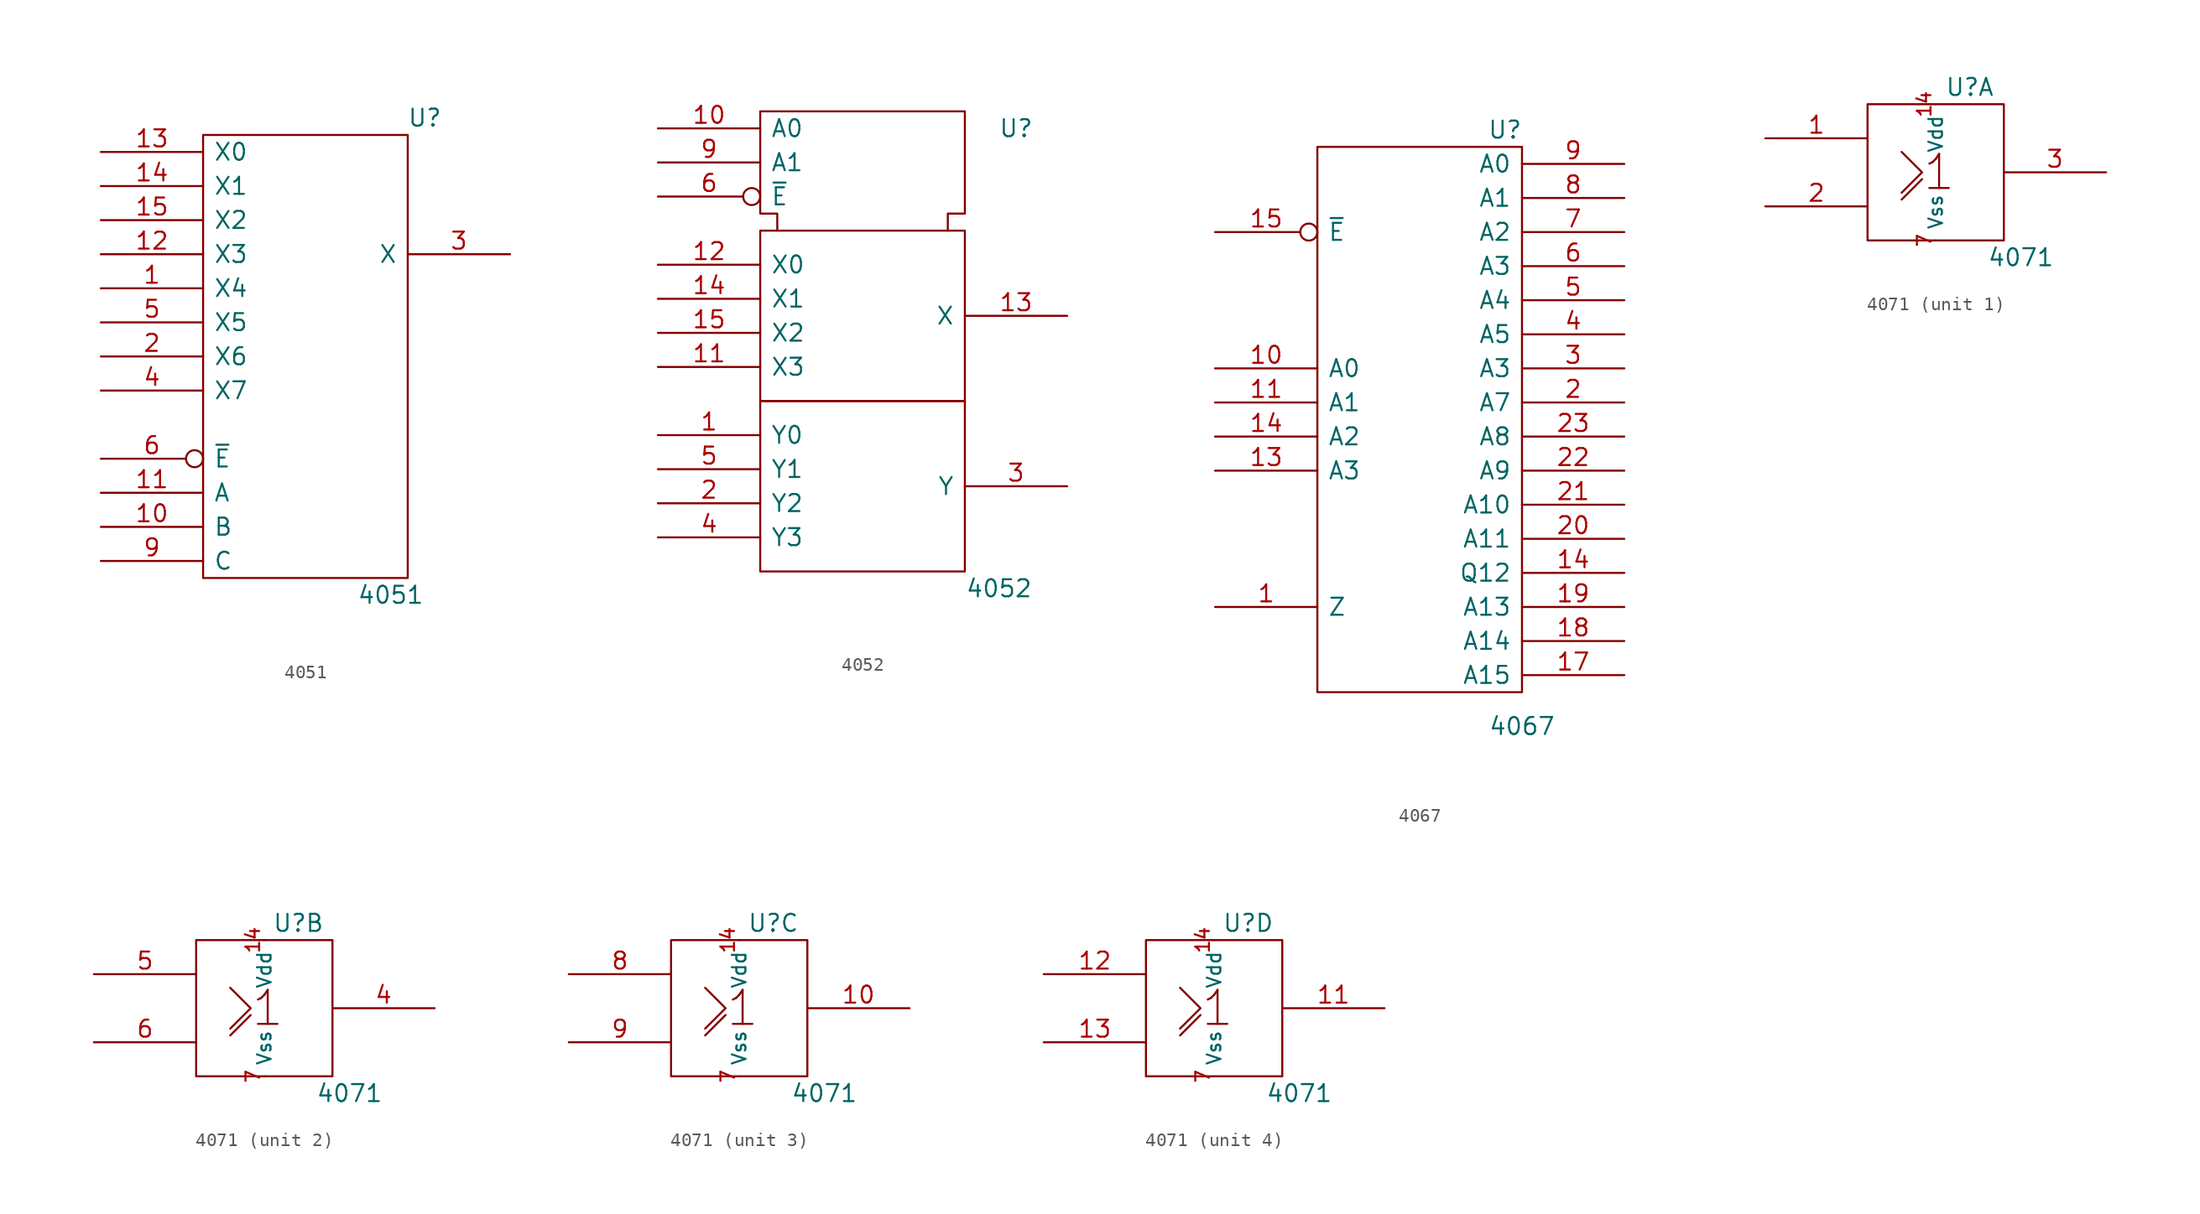
<source format=kicad_sym>
(kicad_symbol_lib
  (version 20211014)
  (generator kicad_symbol_editor)
  (symbol "4051"
    (pin_names
      (offset 0.762))
    (property "Reference" "U"
      (at 8.89 17.78 0)
      (effects (font (size 1.27 1.27))))
    (property "Value" "4051"
      (at 6.35 -17.78 0)
      (effects (font (size 1.27 1.27))))
    (symbol "4051_0_0"
      (pin power_in line (at 0 16.51 270) (length 0) hide (name "Vdd" (effects (font (size 1.27 1.27)))) (number "16" (effects (font (size 1.27 1.27)))))
      (pin power_in line (at 0 -16.51 90) (length 0) hide (name "Vss" (effects (font (size 1.27 1.27)))) (number "8" (effects (font (size 1.27 1.27))))))
    (symbol "4051_0_1"
      (rectangle (start -7.62 16.51) (end 7.62 -16.51) (stroke (width 0) (type default) (color 0 0 0 0)) (fill (type none))))
    (symbol "4051_1_1"
      (pin passive line (at -15.24 5.08 0) (length 7.62) (name "X4" (effects (font (size 1.27 1.27)))) (number "1" (effects (font (size 1.27 1.27)))))
      (pin input line (at -15.24 -12.7 0) (length 7.62) (name "B" (effects (font (size 1.27 1.27)))) (number "10" (effects (font (size 1.27 1.27)))))
      (pin input line (at -15.24 -10.16 0) (length 7.62) (name "A" (effects (font (size 1.27 1.27)))) (number "11" (effects (font (size 1.27 1.27)))))
      (pin passive line (at -15.24 7.62 0) (length 7.62) (name "X3" (effects (font (size 1.27 1.27)))) (number "12" (effects (font (size 1.27 1.27)))))
      (pin passive line (at -15.24 15.24 0) (length 7.62) (name "X0" (effects (font (size 1.27 1.27)))) (number "13" (effects (font (size 1.27 1.27)))))
      (pin passive line (at -15.24 12.7 0) (length 7.62) (name "X1" (effects (font (size 1.27 1.27)))) (number "14" (effects (font (size 1.27 1.27)))))
      (pin passive line (at -15.24 10.16 0) (length 7.62) (name "X2" (effects (font (size 1.27 1.27)))) (number "15" (effects (font (size 1.27 1.27)))))
      (pin passive line (at -15.24 0 0) (length 7.62) (name "X6" (effects (font (size 1.27 1.27)))) (number "2" (effects (font (size 1.27 1.27)))))
      (pin passive line (at 15.24 7.62 180) (length 7.62) (name "X" (effects (font (size 1.27 1.27)))) (number "3" (effects (font (size 1.27 1.27)))))
      (pin passive line (at -15.24 -2.54 0) (length 7.62) (name "X7" (effects (font (size 1.27 1.27)))) (number "4" (effects (font (size 1.27 1.27)))))
      (pin passive line (at -15.24 2.54 0) (length 7.62) (name "X5" (effects (font (size 1.27 1.27)))) (number "5" (effects (font (size 1.27 1.27)))))
      (pin input inverted (at -15.24 -7.62 0) (length 7.62) (name "~{E}" (effects (font (size 1.27 1.27)))) (number "6" (effects (font (size 1.27 1.27)))))
      (pin power_in line (at 5.08 16.51 270) (length 0) hide (name "VEE" (effects (font (size 1.27 1.27)))) (number "7" (effects (font (size 1.27 1.27)))))
      (pin input line (at -15.24 -15.24 0) (length 7.62) (name "C" (effects (font (size 1.27 1.27)))) (number "9" (effects (font (size 1.27 1.27)))))))
  (symbol "4052"
    (pin_names
      (offset 0.762))
    (property "Reference" "U"
      (at 11.43 15.24 0)
      (effects (font (size 1.27 1.27))))
    (property "Value" "4052"
      (at 10.16 -19.05 0)
      (effects (font (size 1.27 1.27))))
    (symbol "4052_0_0"
      (pin power_in line (at 5.08 16.51 270) (length 0) hide (name "Vdd" (effects (font (size 1.27 1.27)))) (number "16" (effects (font (size 1.27 1.27)))))
      (pin power_in line (at 0 16.51 270) (length 0) hide (name "Vss" (effects (font (size 1.27 1.27)))) (number "8" (effects (font (size 1.27 1.27))))))
    (symbol "4052_0_1"
      (rectangle (start -7.62 -5.08) (end 7.62 -17.78) (stroke (width 0) (type default) (color 0 0 0 0)) (fill (type none)))
      (rectangle (start -7.62 7.62) (end 7.62 -5.08) (stroke (width 0) (type default) (color 0 0 0 0)) (fill (type none)))
      (polyline (pts (xy -6.35 7.62) (xy -6.35 8.89) (xy -7.62 8.89) (xy -7.62 16.51) (xy 7.62 16.51) (xy 7.62 8.89) (xy 6.35 8.89) (xy 6.35 7.62) (xy 6.35 7.62)) (stroke (width 0) (type default) (color 0 0 0 0)) (fill (type none))))
    (symbol "4052_1_1"
      (pin passive line (at -15.24 -7.62 0) (length 7.62) (name "Y0" (effects (font (size 1.27 1.27)))) (number "1" (effects (font (size 1.27 1.27)))))
      (pin input line (at -15.24 15.24 0) (length 7.62) (name "A0" (effects (font (size 1.27 1.27)))) (number "10" (effects (font (size 1.27 1.27)))))
      (pin passive line (at -15.24 -2.54 0) (length 7.62) (name "X3" (effects (font (size 1.27 1.27)))) (number "11" (effects (font (size 1.27 1.27)))))
      (pin passive line (at -15.24 5.08 0) (length 7.62) (name "X0" (effects (font (size 1.27 1.27)))) (number "12" (effects (font (size 1.27 1.27)))))
      (pin passive line (at 15.24 1.27 180) (length 7.62) (name "X" (effects (font (size 1.27 1.27)))) (number "13" (effects (font (size 1.27 1.27)))))
      (pin passive line (at -15.24 2.54 0) (length 7.62) (name "X1" (effects (font (size 1.27 1.27)))) (number "14" (effects (font (size 1.27 1.27)))))
      (pin passive line (at -15.24 0 0) (length 7.62) (name "X2" (effects (font (size 1.27 1.27)))) (number "15" (effects (font (size 1.27 1.27)))))
      (pin passive line (at -15.24 -12.7 0) (length 7.62) (name "Y2" (effects (font (size 1.27 1.27)))) (number "2" (effects (font (size 1.27 1.27)))))
      (pin passive line (at 15.24 -11.43 180) (length 7.62) (name "Y" (effects (font (size 1.27 1.27)))) (number "3" (effects (font (size 1.27 1.27)))))
      (pin passive line (at -15.24 -15.24 0) (length 7.62) (name "Y3" (effects (font (size 1.27 1.27)))) (number "4" (effects (font (size 1.27 1.27)))))
      (pin passive line (at -15.24 -10.16 0) (length 7.62) (name "Y1" (effects (font (size 1.27 1.27)))) (number "5" (effects (font (size 1.27 1.27)))))
      (pin input inverted (at -15.24 10.16 0) (length 7.62) (name "~{E}" (effects (font (size 1.27 1.27)))) (number "6" (effects (font (size 1.27 1.27)))))
      (pin power_in line (at 2.54 16.51 270) (length 0) hide (name "VEE" (effects (font (size 1.27 1.27)))) (number "7" (effects (font (size 1.27 1.27)))))
      (pin input line (at -15.24 12.7 0) (length 7.62) (name "A1" (effects (font (size 1.27 1.27)))) (number "9" (effects (font (size 1.27 1.27)))))))
  (symbol "4067"
    (pin_names
      (offset 0.762))
    (property "Reference" "U"
      (at 6.35 21.59 0)
      (effects (font (size 1.27 1.27))))
    (property "Value" "4067"
      (at 7.62 -22.86 0)
      (effects (font (size 1.27 1.27))))
    (symbol "4067_0_1"
      (rectangle (start 7.62 20.32) (end -7.62 -20.32) (stroke (width 0) (type default) (color 0 0 0 0)) (fill (type none))))
    (symbol "4067_1_1"
      (pin input line (at -15.24 -13.97 0) (length 7.62) (name "Z" (effects (font (size 1.27 1.27)))) (number "1" (effects (font (size 1.27 1.27)))))
      (pin input line (at -15.24 3.81 0) (length 7.62) (name "A0" (effects (font (size 1.27 1.27)))) (number "10" (effects (font (size 1.27 1.27)))))
      (pin input line (at -15.24 1.27 0) (length 7.62) (name "A1" (effects (font (size 1.27 1.27)))) (number "11" (effects (font (size 1.27 1.27)))))
      (pin power_in line (at 0 -20.32 90) (length 0) hide (name "Vss" (effects (font (size 1.27 1.27)))) (number "12" (effects (font (size 1.27 1.27)))))
      (pin input line (at -15.24 -3.81 0) (length 7.62) (name "A3" (effects (font (size 1.27 1.27)))) (number "13" (effects (font (size 1.27 1.27)))))
      (pin input line (at -15.24 -1.27 0) (length 7.62) (name "A2" (effects (font (size 1.27 1.27)))) (number "14" (effects (font (size 1.27 1.27)))))
      (pin output line (at 15.24 -11.43 180) (length 7.62) (name "Q12" (effects (font (size 1.27 1.27)))) (number "14" (effects (font (size 1.27 1.27)))))
      (pin input inverted (at -15.24 13.97 0) (length 7.62) (name "~{E}" (effects (font (size 1.27 1.27)))) (number "15" (effects (font (size 1.27 1.27)))))
      (pin output line (at 15.24 -19.05 180) (length 7.62) (name "A15" (effects (font (size 1.27 1.27)))) (number "17" (effects (font (size 1.27 1.27)))))
      (pin output line (at 15.24 -16.51 180) (length 7.62) (name "A14" (effects (font (size 1.27 1.27)))) (number "18" (effects (font (size 1.27 1.27)))))
      (pin output line (at 15.24 -13.97 180) (length 7.62) (name "A13" (effects (font (size 1.27 1.27)))) (number "19" (effects (font (size 1.27 1.27)))))
      (pin output line (at 15.24 1.27 180) (length 7.62) (name "A7" (effects (font (size 1.27 1.27)))) (number "2" (effects (font (size 1.27 1.27)))))
      (pin output line (at 15.24 -8.89 180) (length 7.62) (name "A11" (effects (font (size 1.27 1.27)))) (number "20" (effects (font (size 1.27 1.27)))))
      (pin output line (at 15.24 -6.35 180) (length 7.62) (name "A10" (effects (font (size 1.27 1.27)))) (number "21" (effects (font (size 1.27 1.27)))))
      (pin output line (at 15.24 -3.81 180) (length 7.62) (name "A9" (effects (font (size 1.27 1.27)))) (number "22" (effects (font (size 1.27 1.27)))))
      (pin output line (at 15.24 -1.27 180) (length 7.62) (name "A8" (effects (font (size 1.27 1.27)))) (number "23" (effects (font (size 1.27 1.27)))))
      (pin power_in line (at 0 20.32 270) (length 0) hide (name "Vdd" (effects (font (size 1.27 1.27)))) (number "24" (effects (font (size 1.27 1.27)))))
      (pin output line (at 15.24 3.81 180) (length 7.62) (name "A3" (effects (font (size 1.27 1.27)))) (number "3" (effects (font (size 1.27 1.27)))))
      (pin output line (at 15.24 6.35 180) (length 7.62) (name "A5" (effects (font (size 1.27 1.27)))) (number "4" (effects (font (size 1.27 1.27)))))
      (pin output line (at 15.24 8.89 180) (length 7.62) (name "A4" (effects (font (size 1.27 1.27)))) (number "5" (effects (font (size 1.27 1.27)))))
      (pin output line (at 15.24 11.43 180) (length 7.62) (name "A3" (effects (font (size 1.27 1.27)))) (number "6" (effects (font (size 1.27 1.27)))))
      (pin output line (at 15.24 13.97 180) (length 7.62) (name "A2" (effects (font (size 1.27 1.27)))) (number "7" (effects (font (size 1.27 1.27)))))
      (pin output line (at 15.24 16.51 180) (length 7.62) (name "A1" (effects (font (size 1.27 1.27)))) (number "8" (effects (font (size 1.27 1.27)))))
      (pin output line (at 15.24 19.05 180) (length 7.62) (name "A0" (effects (font (size 1.27 1.27)))) (number "9" (effects (font (size 1.27 1.27)))))))
  (symbol "4071"
    (pin_names
      (offset 0.762))
    (property "Reference" "U"
      (at 2.54 6.35 0)
      (effects (font (size 1.27 1.27))))
    (property "Value" "4071"
      (at 6.35 -6.35 0)
      (effects (font (size 1.27 1.27))))
    (symbol "4071_0_0"
      (rectangle (start -5.08 5.08) (end 5.08 -5.08) (stroke (width 0) (type default) (color 0 0 0 0)) (fill (type none)))
      (polyline (pts (xy -2.54 -2.032) (xy -1.016 -0.508) (xy -1.016 -0.508)) (stroke (width 0) (type default) (color 0 0 0 0)) (fill (type none)))
      (polyline (pts (xy -2.54 1.524) (xy -1.016 0) (xy -2.54 -1.524) (xy -2.54 -1.524)) (stroke (width 0) (type default) (color 0 0 0 0)) (fill (type none)))
      (text "1" (at 0.254 0 0) (effects (font (size 2.54 2.54))))
      (pin power_in line (at 0 5.08 270) (length 0) (name "Vdd" (effects (font (size 1.016 1.016)))) (number "14" (effects (font (size 1.016 1.016)))))
      (pin power_in line (at 0 -5.08 90) (length 0) (name "Vss" (effects (font (size 1.016 1.016)))) (number "7" (effects (font (size 1.016 1.016))))))
    (symbol "4071_1_1"
      (pin input line (at -12.7 2.54 0) (length 7.62) (name "~" (effects (font (size 1.27 1.27)))) (number "1" (effects (font (size 1.27 1.27)))))
      (pin input line (at -12.7 -2.54 0) (length 7.62) (name "~" (effects (font (size 1.27 1.27)))) (number "2" (effects (font (size 1.27 1.27)))))
      (pin output line (at 12.7 0 180) (length 7.62) (name "~" (effects (font (size 1.27 1.27)))) (number "3" (effects (font (size 1.27 1.27))))))
    (symbol "4071_2_1"
      (pin output line (at 12.7 0 180) (length 7.62) (name "~" (effects (font (size 1.27 1.27)))) (number "4" (effects (font (size 1.27 1.27)))))
      (pin input line (at -12.7 2.54 0) (length 7.62) (name "~" (effects (font (size 1.27 1.27)))) (number "5" (effects (font (size 1.27 1.27)))))
      (pin input line (at -12.7 -2.54 0) (length 7.62) (name "~" (effects (font (size 1.27 1.27)))) (number "6" (effects (font (size 1.27 1.27))))))
    (symbol "4071_3_1"
      (pin output line (at 12.7 0 180) (length 7.62) (name "~" (effects (font (size 1.27 1.27)))) (number "10" (effects (font (size 1.27 1.27)))))
      (pin input line (at -12.7 2.54 0) (length 7.62) (name "~" (effects (font (size 1.27 1.27)))) (number "8" (effects (font (size 1.27 1.27)))))
      (pin input line (at -12.7 -2.54 0) (length 7.62) (name "~" (effects (font (size 1.27 1.27)))) (number "9" (effects (font (size 1.27 1.27))))))
    (symbol "4071_4_1"
      (pin output line (at 12.7 0 180) (length 7.62) (name "~" (effects (font (size 1.27 1.27)))) (number "11" (effects (font (size 1.27 1.27)))))
      (pin input line (at -12.7 2.54 0) (length 7.62) (name "~" (effects (font (size 1.27 1.27)))) (number "12" (effects (font (size 1.27 1.27)))))
      (pin input line (at -12.7 -2.54 0) (length 7.62) (name "~" (effects (font (size 1.27 1.27)))) (number "13" (effects (font (size 1.27 1.27))))))))
</source>
